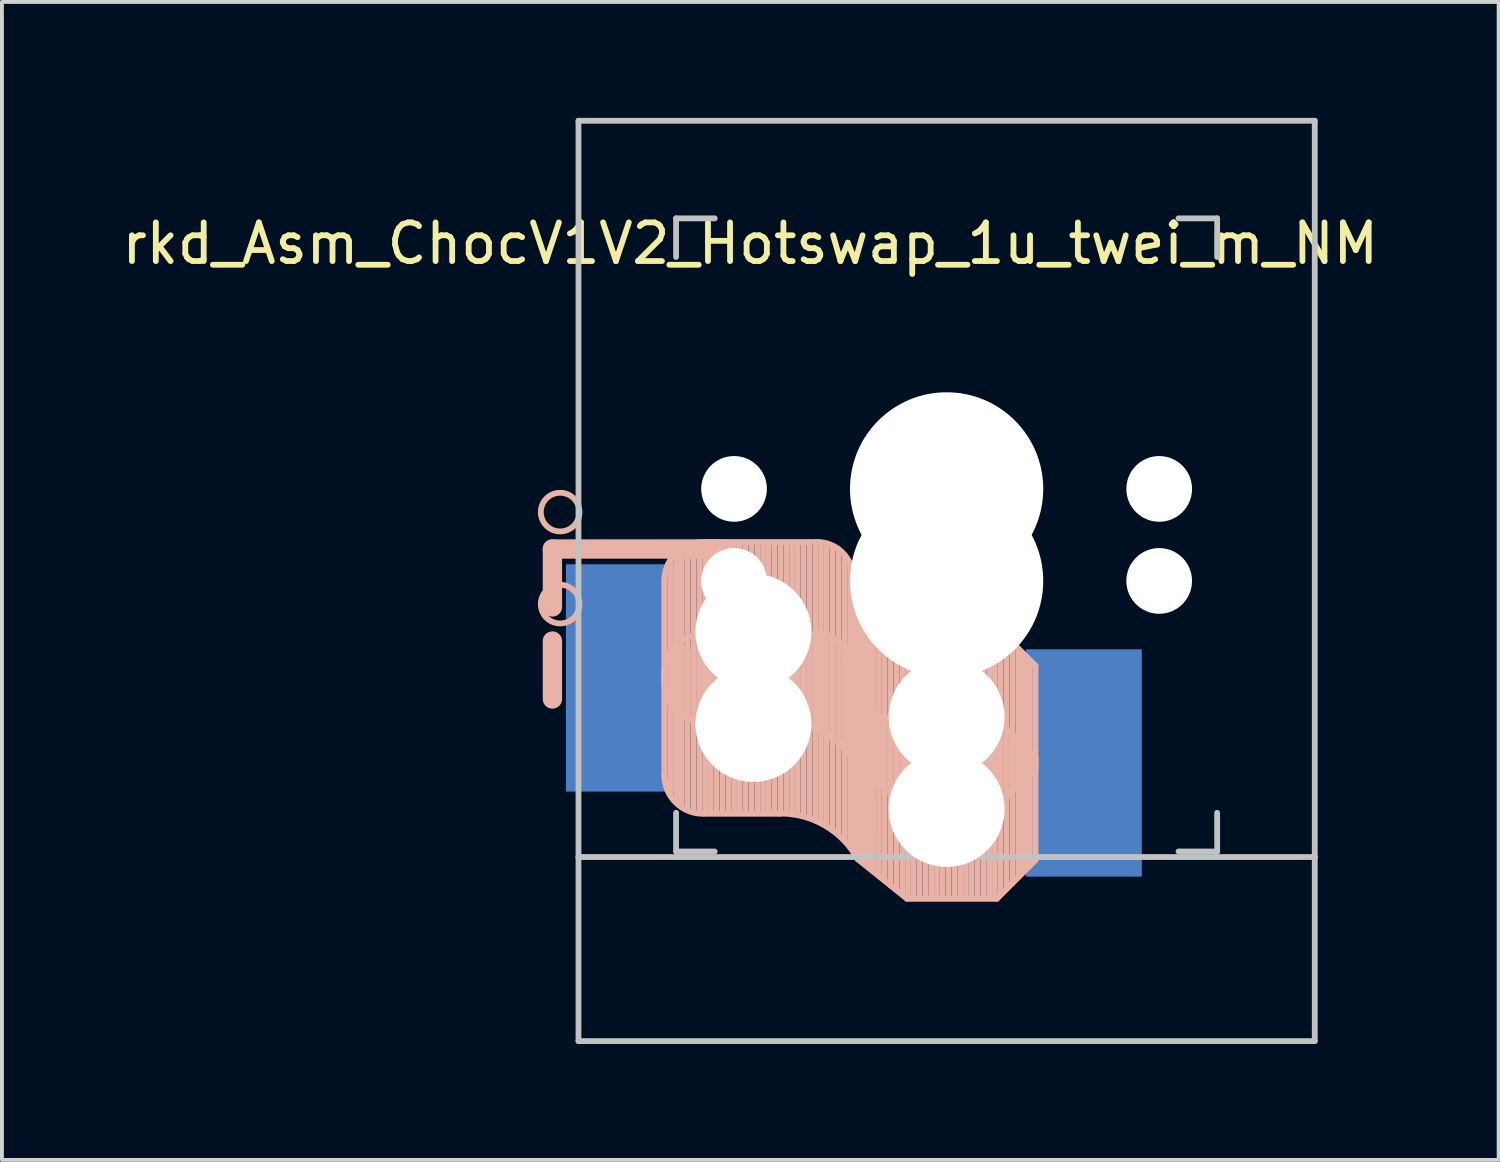
<source format=kicad_pcb>
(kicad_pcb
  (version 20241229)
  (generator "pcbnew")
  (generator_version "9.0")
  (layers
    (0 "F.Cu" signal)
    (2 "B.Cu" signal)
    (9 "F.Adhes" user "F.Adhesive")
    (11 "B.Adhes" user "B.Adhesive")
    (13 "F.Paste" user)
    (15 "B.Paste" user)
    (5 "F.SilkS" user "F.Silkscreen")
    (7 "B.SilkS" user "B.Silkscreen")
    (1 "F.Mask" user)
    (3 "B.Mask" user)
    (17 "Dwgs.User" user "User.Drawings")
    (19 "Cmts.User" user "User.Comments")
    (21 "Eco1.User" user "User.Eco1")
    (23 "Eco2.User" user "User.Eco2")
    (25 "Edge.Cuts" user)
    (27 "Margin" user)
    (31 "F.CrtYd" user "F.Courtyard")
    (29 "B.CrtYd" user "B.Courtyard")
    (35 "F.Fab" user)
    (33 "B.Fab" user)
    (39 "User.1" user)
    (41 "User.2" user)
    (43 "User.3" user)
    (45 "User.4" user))
  (footprint "rkd_Asm_ChocV1V2_Hotswap_1u_twei_m_NM"
    (layer "F.Cu")
    (at 21.443 9.6)
    (property "Reference" "rkd_Asm_ChocV1V2_Hotswap_1u_twei_m_NM" (at -5.08 -6.35 180) (layer "F.SilkS") (effects (font (size 1 1) (thickness 0.15))))
    (attr through_hole)
    (fp_line (start -10.2 1.555) (end -10.2 3.055) (stroke (width 0.5) (type default)) (layer "B.SilkS"))
    (fp_line (start -10.2 3.936) (end -10.2 5.436) (stroke (width 0.5) (type default)) (layer "B.SilkS"))
    (fp_line (start -7.305 2.375) (end -7.305 5.025) (stroke (width 0.15) (type solid)) (layer "B.SilkS"))
    (fp_line (start -7.305 4.756) (end -7.305 7.406) (stroke (width 0.15) (type solid)) (layer "B.SilkS"))
    (fp_line (start -7.15 5.53) (end -7.15 1.85) (stroke (width 0.15) (type solid)) (layer "B.SilkS"))
    (fp_line (start -7.15 7.911) (end -7.15 4.231) (stroke (width 0.15) (type solid)) (layer "B.SilkS"))
    (fp_line (start -7 5.7) (end -7 1.73) (stroke (width 0.15) (type solid)) (layer "B.SilkS"))
    (fp_line (start -7 8.081) (end -7 4.111) (stroke (width 0.15) (type solid)) (layer "B.SilkS"))
    (fp_line (start -6.85 5.84) (end -6.85 1.7) (stroke (width 0.15) (type solid)) (layer "B.SilkS"))
    (fp_line (start -6.85 8.221) (end -6.85 4.081) (stroke (width 0.15) (type solid)) (layer "B.SilkS"))
    (fp_line (start -6.7 5.92) (end -6.7 1.8) (stroke (width 0.15) (type solid)) (layer "B.SilkS"))
    (fp_line (start -6.7 8.301) (end -6.7 4.181) (stroke (width 0.15) (type solid)) (layer "B.SilkS"))
    (fp_line (start -6.55 5.97) (end -6.55 1.65) (stroke (width 0.15) (type solid)) (layer "B.SilkS"))
    (fp_line (start -6.55 8.351) (end -6.55 4.031) (stroke (width 0.15) (type solid)) (layer "B.SilkS"))
    (fp_line (start -6.4 6.01) (end -6.4 1.5) (stroke (width 0.15) (type solid)) (layer "B.SilkS"))
    (fp_line (start -6.4 8.391) (end -6.4 3.881) (stroke (width 0.15) (type solid)) (layer "B.SilkS"))
    (fp_line (start -6.25 6) (end -6.25 1.4) (stroke (width 0.15) (type solid)) (layer "B.SilkS"))
    (fp_line (start -6.25 8.381) (end -6.25 3.781) (stroke (width 0.15) (type solid)) (layer "B.SilkS"))
    (fp_line (start -6.1 6) (end -6.1 1.4) (stroke (width 0.15) (type solid)) (layer "B.SilkS"))
    (fp_line (start -6.1 8.381) (end -6.1 3.781) (stroke (width 0.15) (type solid)) (layer "B.SilkS"))
    (fp_line (start -5.95 6) (end -5.95 1.4) (stroke (width 0.15) (type solid)) (layer "B.SilkS"))
    (fp_line (start -5.95 8.381) (end -5.95 3.781) (stroke (width 0.15) (type solid)) (layer "B.SilkS"))
    (fp_line (start -5.8 1.555) (end -10.2 1.555) (stroke (width 0.5) (type default)) (layer "B.SilkS"))
    (fp_line (start -5.8 6) (end -5.8 1.4) (stroke (width 0.15) (type solid)) (layer "B.SilkS"))
    (fp_line (start -5.8 8.381) (end -5.8 3.781) (stroke (width 0.15) (type solid)) (layer "B.SilkS"))
    (fp_line (start -5.65 6) (end -5.65 1.4) (stroke (width 0.15) (type solid)) (layer "B.SilkS"))
    (fp_line (start -5.65 8.381) (end -5.65 3.781) (stroke (width 0.15) (type solid)) (layer "B.SilkS"))
    (fp_line (start -5.5 6) (end -5.5 1.4) (stroke (width 0.15) (type solid)) (layer "B.SilkS"))
    (fp_line (start -5.5 8.381) (end -5.5 3.781) (stroke (width 0.15) (type solid)) (layer "B.SilkS"))
    (fp_line (start -5.35 6) (end -5.35 1.4) (stroke (width 0.15) (type solid)) (layer "B.SilkS"))
    (fp_line (start -5.35 8.381) (end -5.35 3.781) (stroke (width 0.15) (type solid)) (layer "B.SilkS"))
    (fp_line (start -5.2 6) (end -5.2 1.4) (stroke (width 0.15) (type solid)) (layer "B.SilkS"))
    (fp_line (start -5.2 8.381) (end -5.2 3.781) (stroke (width 0.15) (type solid)) (layer "B.SilkS"))
    (fp_line (start -5.05 6) (end -5.05 1.4) (stroke (width 0.15) (type solid)) (layer "B.SilkS"))
    (fp_line (start -5.05 8.381) (end -5.05 3.781) (stroke (width 0.15) (type solid)) (layer "B.SilkS"))
    (fp_line (start -4.9 6) (end -4.9 1.4) (stroke (width 0.15) (type solid)) (layer "B.SilkS"))
    (fp_line (start -4.9 8.381) (end -4.9 3.781) (stroke (width 0.15) (type solid)) (layer "B.SilkS"))
    (fp_line (start -4.75 6) (end -4.75 1.4) (stroke (width 0.15) (type solid)) (layer "B.SilkS"))
    (fp_line (start -4.75 8.381) (end -4.75 3.781) (stroke (width 0.15) (type solid)) (layer "B.SilkS"))
    (fp_line (start -4.6 6) (end -4.6 1.4) (stroke (width 0.15) (type solid)) (layer "B.SilkS"))
    (fp_line (start -4.6 8.381) (end -4.6 3.781) (stroke (width 0.15) (type solid)) (layer "B.SilkS"))
    (fp_line (start -4.45 6) (end -4.45 1.4) (stroke (width 0.15) (type solid)) (layer "B.SilkS"))
    (fp_line (start -4.45 8.381) (end -4.45 3.781) (stroke (width 0.15) (type solid)) (layer "B.SilkS"))
    (fp_line (start -4.3 6) (end -4.3 1.4) (stroke (width 0.15) (type solid)) (layer "B.SilkS"))
    (fp_line (start -4.3 6.025) (end -6.275 6.025) (stroke (width 0.15) (type solid)) (layer "B.SilkS"))
    (fp_line (start -4.3 8.381) (end -4.3 3.781) (stroke (width 0.15) (type solid)) (layer "B.SilkS"))
    (fp_line (start -4.3 8.406) (end -6.275 8.406) (stroke (width 0.15) (type solid)) (layer "B.SilkS"))
    (fp_line (start -4.15 6) (end -4.15 1.45) (stroke (width 0.15) (type solid)) (layer "B.SilkS"))
    (fp_line (start -4.15 8.381) (end -4.15 3.831) (stroke (width 0.15) (type solid)) (layer "B.SilkS"))
    (fp_line (start -4 6.04) (end -4 1.4) (stroke (width 0.15) (type solid)) (layer "B.SilkS"))
    (fp_line (start -4 8.421) (end -4 3.781) (stroke (width 0.15) (type solid)) (layer "B.SilkS"))
    (fp_line (start -3.85 6.05) (end -3.85 1.4) (stroke (width 0.15) (type solid)) (layer "B.SilkS"))
    (fp_line (start -3.85 8.431) (end -3.85 3.781) (stroke (width 0.15) (type solid)) (layer "B.SilkS"))
    (fp_line (start -3.7 6.05) (end -3.7 1.45) (stroke (width 0.15) (type solid)) (layer "B.SilkS"))
    (fp_line (start -3.7 8.431) (end -3.7 3.831) (stroke (width 0.15) (type solid)) (layer "B.SilkS"))
    (fp_line (start -3.55 6.1) (end -3.55 1.39) (stroke (width 0.15) (type solid)) (layer "B.SilkS"))
    (fp_line (start -3.55 8.481) (end -3.55 3.771) (stroke (width 0.15) (type solid)) (layer "B.SilkS"))
    (fp_line (start -3.4 6.2) (end -3.4 1.38) (stroke (width 0.15) (type solid)) (layer "B.SilkS"))
    (fp_line (start -3.4 8.581) (end -3.4 3.761) (stroke (width 0.15) (type solid)) (layer "B.SilkS"))
    (fp_line (start -3.311 1.375) (end -6.275 1.375) (stroke (width 0.15) (type solid)) (layer "B.SilkS"))
    (fp_line (start -3.311 3.756) (end -6.275 3.756) (stroke (width 0.15) (type solid)) (layer "B.SilkS"))
    (fp_line (start -3.25 6.25) (end -3.25 1.4) (stroke (width 0.15) (type solid)) (layer "B.SilkS"))
    (fp_line (start -3.25 8.631) (end -3.25 3.781) (stroke (width 0.15) (type solid)) (layer "B.SilkS"))
    (fp_line (start -3.1 6.35) (end -3.1 1.43) (stroke (width 0.15) (type solid)) (layer "B.SilkS"))
    (fp_line (start -3.1 8.731) (end -3.1 3.811) (stroke (width 0.15) (type solid)) (layer "B.SilkS"))
    (fp_line (start -2.95 6.45) (end -2.95 1.48) (stroke (width 0.15) (type solid)) (layer "B.SilkS"))
    (fp_line (start -2.95 8.831) (end -2.95 3.861) (stroke (width 0.15) (type solid)) (layer "B.SilkS"))
    (fp_line (start -2.8 6.55) (end -2.8 1.56) (stroke (width 0.15) (type solid)) (layer "B.SilkS"))
    (fp_line (start -2.8 8.931) (end -2.8 3.941) (stroke (width 0.15) (type solid)) (layer "B.SilkS"))
    (fp_line (start -2.65 6.7) (end -2.65 1.75) (stroke (width 0.15) (type solid)) (layer "B.SilkS"))
    (fp_line (start -2.65 9.081) (end -2.65 4.131) (stroke (width 0.15) (type solid)) (layer "B.SilkS"))
    (fp_line (start -2.5 6.85) (end -2.5 1.95) (stroke (width 0.15) (type solid)) (layer "B.SilkS"))
    (fp_line (start -2.5 9.231) (end -2.5 4.331) (stroke (width 0.15) (type solid)) (layer "B.SilkS"))
    (fp_line (start -2.45 2.4) (end -2.45 2.077) (stroke (width 0.15) (type default)) (layer "B.SilkS"))
    (fp_line (start -2.45 4.781) (end -2.45 4.458) (stroke (width 0.15) (type default)) (layer "B.SilkS"))
    (fp_line (start -2.4 7.02) (end -2.4 2.9) (stroke (width 0.15) (type solid)) (layer "B.SilkS"))
    (fp_line (start -2.4 9.401) (end -2.4 5.281) (stroke (width 0.15) (type solid)) (layer "B.SilkS"))
    (fp_line (start -2.3 7.2) (end -2.3 3.05) (stroke (width 0.15) (type solid)) (layer "B.SilkS"))
    (fp_line (start -2.3 7.2) (end -1.025 8.225) (stroke (width 0.15) (type solid)) (layer "B.SilkS"))
    (fp_line (start -2.3 9.581) (end -2.3 5.431) (stroke (width 0.15) (type solid)) (layer "B.SilkS"))
    (fp_line (start -2.3 9.581) (end -1.025 10.606) (stroke (width 0.15) (type solid)) (layer "B.SilkS"))
    (fp_line (start -2.2 7.27) (end -2.2 3.25) (stroke (width 0.15) (type solid)) (layer "B.SilkS"))
    (fp_line (start -2.2 9.651) (end -2.2 5.631) (stroke (width 0.15) (type solid)) (layer "B.SilkS"))
    (fp_line (start -2.1 7.35) (end -2.1 3.35) (stroke (width 0.15) (type solid)) (layer "B.SilkS"))
    (fp_line (start -2.1 9.731) (end -2.1 5.731) (stroke (width 0.15) (type solid)) (layer "B.SilkS"))
    (fp_line (start -2 7.43) (end -2 3.4) (stroke (width 0.15) (type solid)) (layer "B.SilkS"))
    (fp_line (start -2 9.811) (end -2 5.781) (stroke (width 0.15) (type solid)) (layer "B.SilkS"))
    (fp_line (start -1.89 7.52) (end -1.9 3.45) (stroke (width 0.15) (type solid)) (layer "B.SilkS"))
    (fp_line (start -1.89 9.901) (end -1.9 5.831) (stroke (width 0.15) (type solid)) (layer "B.SilkS"))
    (fp_line (start -1.75 7.62) (end -1.75 3.5) (stroke (width 0.15) (type solid)) (layer "B.SilkS"))
    (fp_line (start -1.75 10.001) (end -1.75 5.881) (stroke (width 0.15) (type solid)) (layer "B.SilkS"))
    (fp_line (start -1.6 7.76) (end -1.6 3.6) (stroke (width 0.15) (type solid)) (layer "B.SilkS"))
    (fp_line (start -1.6 10.141) (end -1.6 5.981) (stroke (width 0.15) (type solid)) (layer "B.SilkS"))
    (fp_line (start -1.45 7.88) (end -1.45 3.6) (stroke (width 0.15) (type solid)) (layer "B.SilkS"))
    (fp_line (start -1.45 10.261) (end -1.45 5.981) (stroke (width 0.15) (type solid)) (layer "B.SilkS"))
    (fp_line (start -1.3 7.99) (end -1.3 3.6) (stroke (width 0.15) (type solid)) (layer "B.SilkS"))
    (fp_line (start -1.3 10.371) (end -1.3 5.981) (stroke (width 0.15) (type solid)) (layer "B.SilkS"))
    (fp_line (start -1.15 8.11) (end -1.15 3.65) (stroke (width 0.15) (type solid)) (layer "B.SilkS"))
    (fp_line (start -1.15 10.491) (end -1.15 6.031) (stroke (width 0.15) (type solid)) (layer "B.SilkS"))
    (fp_line (start -1 8.2) (end -1 3.6) (stroke (width 0.15) (type solid)) (layer "B.SilkS"))
    (fp_line (start -1 10.581) (end -1 5.981) (stroke (width 0.15) (type solid)) (layer "B.SilkS"))
    (fp_line (start -0.85 8.2) (end -0.85 3.6) (stroke (width 0.15) (type solid)) (layer "B.SilkS"))
    (fp_line (start -0.85 10.581) (end -0.85 5.981) (stroke (width 0.15) (type solid)) (layer "B.SilkS"))
    (fp_line (start -0.7 8.2) (end -0.7 3.6) (stroke (width 0.15) (type solid)) (layer "B.SilkS"))
    (fp_line (start -0.7 10.581) (end -0.7 5.981) (stroke (width 0.15) (type solid)) (layer "B.SilkS"))
    (fp_line (start -0.55 8.2) (end -0.55 3.6) (stroke (width 0.15) (type solid)) (layer "B.SilkS"))
    (fp_line (start -0.55 10.581) (end -0.55 5.981) (stroke (width 0.15) (type solid)) (layer "B.SilkS"))
    (fp_line (start -0.4 8.2) (end -0.4 3.6) (stroke (width 0.15) (type solid)) (layer "B.SilkS"))
    (fp_line (start -0.4 10.581) (end -0.4 5.981) (stroke (width 0.15) (type solid)) (layer "B.SilkS"))
    (fp_line (start -0.25 8.2) (end -0.25 3.6) (stroke (width 0.15) (type solid)) (layer "B.SilkS"))
    (fp_line (start -0.25 10.581) (end -0.25 5.981) (stroke (width 0.15) (type solid)) (layer "B.SilkS"))
    (fp_line (start -0.1 8.2) (end -0.1 3.6) (stroke (width 0.15) (type solid)) (layer "B.SilkS"))
    (fp_line (start -0.1 10.581) (end -0.1 5.981) (stroke (width 0.15) (type solid)) (layer "B.SilkS"))
    (fp_line (start 0.05 8.2) (end 0.05 3.6) (stroke (width 0.15) (type solid)) (layer "B.SilkS"))
    (fp_line (start 0.05 10.581) (end 0.05 5.981) (stroke (width 0.15) (type solid)) (layer "B.SilkS"))
    (fp_line (start 0.2 8.2) (end 0.2 3.6) (stroke (width 0.15) (type solid)) (layer "B.SilkS"))
    (fp_line (start 0.2 10.581) (end 0.2 5.981) (stroke (width 0.15) (type solid)) (layer "B.SilkS"))
    (fp_line (start 0.35 8.2) (end 0.35 3.6) (stroke (width 0.15) (type solid)) (layer "B.SilkS"))
    (fp_line (start 0.35 10.581) (end 0.35 5.981) (stroke (width 0.15) (type solid)) (layer "B.SilkS"))
    (fp_line (start 0.5 8.2) (end 0.5 3.6) (stroke (width 0.15) (type solid)) (layer "B.SilkS"))
    (fp_line (start 0.5 10.581) (end 0.5 5.981) (stroke (width 0.15) (type solid)) (layer "B.SilkS"))
    (fp_line (start 0.65 8.2) (end 0.65 3.6) (stroke (width 0.15) (type solid)) (layer "B.SilkS"))
    (fp_line (start 0.65 10.581) (end 0.65 5.981) (stroke (width 0.15) (type solid)) (layer "B.SilkS"))
    (fp_line (start 0.8 8.2) (end 0.8 3.6) (stroke (width 0.15) (type solid)) (layer "B.SilkS"))
    (fp_line (start 0.8 10.581) (end 0.8 5.981) (stroke (width 0.15) (type solid)) (layer "B.SilkS"))
    (fp_line (start 0.95 8.2) (end 0.95 3.6) (stroke (width 0.15) (type solid)) (layer "B.SilkS"))
    (fp_line (start 0.95 10.581) (end 0.95 5.981) (stroke (width 0.15) (type solid)) (layer "B.SilkS"))
    (fp_line (start 1.1 8.2) (end 1.1 3.6) (stroke (width 0.15) (type solid)) (layer "B.SilkS"))
    (fp_line (start 1.1 10.581) (end 1.1 5.981) (stroke (width 0.15) (type solid)) (layer "B.SilkS"))
    (fp_line (start 1.25 8.2) (end 1.25 3.6) (stroke (width 0.15) (type solid)) (layer "B.SilkS"))
    (fp_line (start 1.25 10.581) (end 1.25 5.981) (stroke (width 0.15) (type solid)) (layer "B.SilkS"))
    (fp_line (start 1.3 3.575) (end -1.275 3.575) (stroke (width 0.15) (type solid)) (layer "B.SilkS"))
    (fp_line (start 1.3 5.956) (end -1.275 5.956) (stroke (width 0.15) (type solid)) (layer "B.SilkS"))
    (fp_line (start 1.3 8.225) (end -1.025 8.225) (stroke (width 0.15) (type solid)) (layer "B.SilkS"))
    (fp_line (start 1.3 10.606) (end -1.025 10.606) (stroke (width 0.15) (type solid)) (layer "B.SilkS"))
    (fp_line (start 1.4 8.09) (end 1.4 3.7) (stroke (width 0.15) (type solid)) (layer "B.SilkS"))
    (fp_line (start 1.4 10.471) (end 1.4 6.081) (stroke (width 0.15) (type solid)) (layer "B.SilkS"))
    (fp_line (start 1.55 7.95) (end 1.55 3.83) (stroke (width 0.15) (type solid)) (layer "B.SilkS"))
    (fp_line (start 1.55 10.331) (end 1.55 6.211) (stroke (width 0.15) (type solid)) (layer "B.SilkS"))
    (fp_line (start 1.7 7.82) (end 1.7 3.99) (stroke (width 0.15) (type solid)) (layer "B.SilkS"))
    (fp_line (start 1.7 10.201) (end 1.7 6.371) (stroke (width 0.15) (type solid)) (layer "B.SilkS"))
    (fp_line (start 1.85 7.66) (end 1.85 4.13) (stroke (width 0.15) (type solid)) (layer "B.SilkS"))
    (fp_line (start 1.85 10.041) (end 1.85 6.511) (stroke (width 0.15) (type solid)) (layer "B.SilkS"))
    (fp_line (start 1.95 7.56) (end 1.95 4.23) (stroke (width 0.15) (type solid)) (layer "B.SilkS"))
    (fp_line (start 1.95 9.941) (end 1.95 6.611) (stroke (width 0.15) (type solid)) (layer "B.SilkS"))
    (fp_line (start 2.05 7.45) (end 2.05 4.33) (stroke (width 0.15) (type solid)) (layer "B.SilkS"))
    (fp_line (start 2.05 9.831) (end 2.05 6.711) (stroke (width 0.15) (type solid)) (layer "B.SilkS"))
    (fp_line (start 2.15 7.37) (end 2.15 4.44) (stroke (width 0.15) (type solid)) (layer "B.SilkS"))
    (fp_line (start 2.15 9.751) (end 2.15 6.821) (stroke (width 0.15) (type solid)) (layer "B.SilkS"))
    (fp_line (start 2.3 4.575) (end 1.3 3.575) (stroke (width 0.15) (type solid)) (layer "B.SilkS"))
    (fp_line (start 2.3 4.575) (end 2.3 7.225) (stroke (width 0.15) (type solid)) (layer "B.SilkS"))
    (fp_line (start 2.3 6.956) (end 1.3 5.956) (stroke (width 0.15) (type solid)) (layer "B.SilkS"))
    (fp_line (start 2.3 6.956) (end 2.3 9.606) (stroke (width 0.15) (type solid)) (layer "B.SilkS"))
    (fp_line (start 2.3 7.225) (end 1.3 8.225) (stroke (width 0.15) (type solid)) (layer "B.SilkS"))
    (fp_line (start 2.3 9.606) (end 1.3 10.606) (stroke (width 0.15) (type solid)) (layer "B.SilkS"))
    (fp_arc (start -7.305 2.375) (mid -7.012107 1.667893) (end -6.305 1.375) (stroke (width 0.15) (type solid)) (layer "B.SilkS"))
    (fp_arc (start -7.305 4.75625) (mid -7.012107 4.049143) (end -6.305 3.75625) (stroke (width 0.15) (type solid)) (layer "B.SilkS"))
    (fp_arc (start -6.305 6.025) (mid -7.012107 5.732107) (end -7.305 5.025) (stroke (width 0.15) (type solid)) (layer "B.SilkS"))
    (fp_arc (start -6.305 8.40625) (mid -7.012107 8.113357) (end -7.305 7.40625) (stroke (width 0.15) (type solid)) (layer "B.SilkS"))
    (fp_arc (start -4.3 6.017458) (mid -3.138277 6.335211) (end -2.3 7.2) (stroke (width 0.15) (type solid)) (layer "B.SilkS"))
    (fp_arc (start -4.3 8.398708) (mid -3.138277 8.716461) (end -2.3 9.58125) (stroke (width 0.15) (type solid)) (layer "B.SilkS"))
    (fp_arc (start -3.311204 1.375) (mid -2.763915 1.58277) (end -2.45 2.076887) (stroke (width 0.15) (type solid)) (layer "B.SilkS"))
    (fp_arc (start -3.311204 3.75625) (mid -2.763915 3.96402) (end -2.45 4.458137) (stroke (width 0.15) (type solid)) (layer "B.SilkS"))
    (fp_arc (start -1.275 3.575) (mid -2.10585 3.23085) (end -2.45 2.4) (stroke (width 0.15) (type solid)) (layer "B.SilkS"))
    (fp_arc (start -1.275 5.95625) (mid -2.10585 5.6121) (end -2.45 4.78125) (stroke (width 0.15) (type solid)) (layer "B.SilkS"))
    (fp_circle (center -10 0.6) (end -9.5 0.6) (stroke (width 0.15) (type default)) (fill no) (layer "B.SilkS"))
    (fp_circle (center -10 2.981) (end -9.5 2.981) (stroke (width 0.15) (type default)) (fill no) (layer "B.SilkS"))
    (fp_line (start -9.525 -9.525) (end 9.525 -9.525) (stroke (width 0.15) (type solid)) (layer "Dwgs.User"))
    (fp_line (start -9.525 9.525) (end -9.525 -9.525) (stroke (width 0.15) (type solid)) (layer "Dwgs.User"))
    (fp_line (start -9.525 14.287) (end -9.525 9.525) (stroke (width 0.15) (type solid)) (layer "Dwgs.User"))
    (fp_line (start -7 -7) (end -6 -7) (stroke (width 0.15) (type solid)) (layer "Dwgs.User"))
    (fp_line (start -7 -6) (end -7 -7) (stroke (width 0.15) (type solid)) (layer "Dwgs.User"))
    (fp_line (start -7 9.381) (end -7 8.381) (stroke (width 0.15) (type solid)) (layer "Dwgs.User"))
    (fp_line (start -6 9.381) (end -7 9.381) (stroke (width 0.15) (type solid)) (layer "Dwgs.User"))
    (fp_line (start 6 9.381) (end 7 9.381) (stroke (width 0.15) (type solid)) (layer "Dwgs.User"))
    (fp_line (start 7 -7) (end 6 -7) (stroke (width 0.15) (type solid)) (layer "Dwgs.User"))
    (fp_line (start 7 -6) (end 7 -7) (stroke (width 0.15) (type solid)) (layer "Dwgs.User"))
    (fp_line (start 7 9.381) (end 7 8.381) (stroke (width 0.15) (type solid)) (layer "Dwgs.User"))
    (fp_line (start 9.525 -9.525) (end 9.525 9.525) (stroke (width 0.15) (type solid)) (layer "Dwgs.User"))
    (fp_line (start 9.525 9.525) (end -9.525 9.525) (stroke (width 0.15) (type solid)) (layer "Dwgs.User"))
    (fp_line (start 9.525 14.287) (end -9.525 14.287) (stroke (width 0.15) (type solid)) (layer "Dwgs.User"))
    (fp_line (start 9.525 14.287) (end 9.525 9.525) (stroke (width 0.15) (type solid)) (layer "Dwgs.User"))
    (pad "" np_thru_hole circle (at -5.5 0) (size 1.7 1.7) (drill 1.7) (layers "*.Cu" "*.Mask"))
    (pad "" np_thru_hole circle (at -5.5 2.381) (size 1.7 1.7) (drill 1.7) (layers "*.Cu" "*.Mask"))
    (pad "" np_thru_hole circle (at -5 3.7 90) (size 3 3) (drill 3) (layers "*.Cu" "*.Mask"))
    (pad "" np_thru_hole circle (at -5 6.081 90) (size 3 3) (drill 3) (layers "*.Cu" "*.Mask"))
    (pad "" np_thru_hole circle (at 0 0 90) (size 5 5) (drill 5) (layers "*.Cu" "*.Mask"))
    (pad "" np_thru_hole circle (at 0 2.381 90) (size 5 5) (drill 5) (layers "*.Cu" "*.Mask"))
    (pad "" np_thru_hole circle (at 0 5.9 90) (size 3 3) (drill 3) (layers "*.Cu" "*.Mask"))
    (pad "" np_thru_hole circle (at 0 8.281 90) (size 3 3) (drill 3) (layers "*.Cu" "*.Mask"))
    (pad "" np_thru_hole circle (at 5.5 0) (size 1.7 1.7) (drill 1.7) (layers "*.Cu" "*.Mask"))
    (pad "" np_thru_hole circle (at 5.5 2.381) (size 1.7 1.7) (drill 1.7) (layers "*.Cu" "*.Mask"))
    (pad "1" smd rect (at -8.35 4.891 180) (size 3 5.881) (layers "B.Cu" "B.Mask" "B.Paste"))
    (pad "2" smd rect (at 3.55 7.091 180) (size 3 5.881) (layers "B.Cu" "B.Mask" "B.Paste")))
  (gr_rect
    (start -3 -3)
    (end 35.726 26.962)
    (stroke (width 0.1) (type default))
    (fill no)
    (layer "Edge.Cuts")))
</source>
